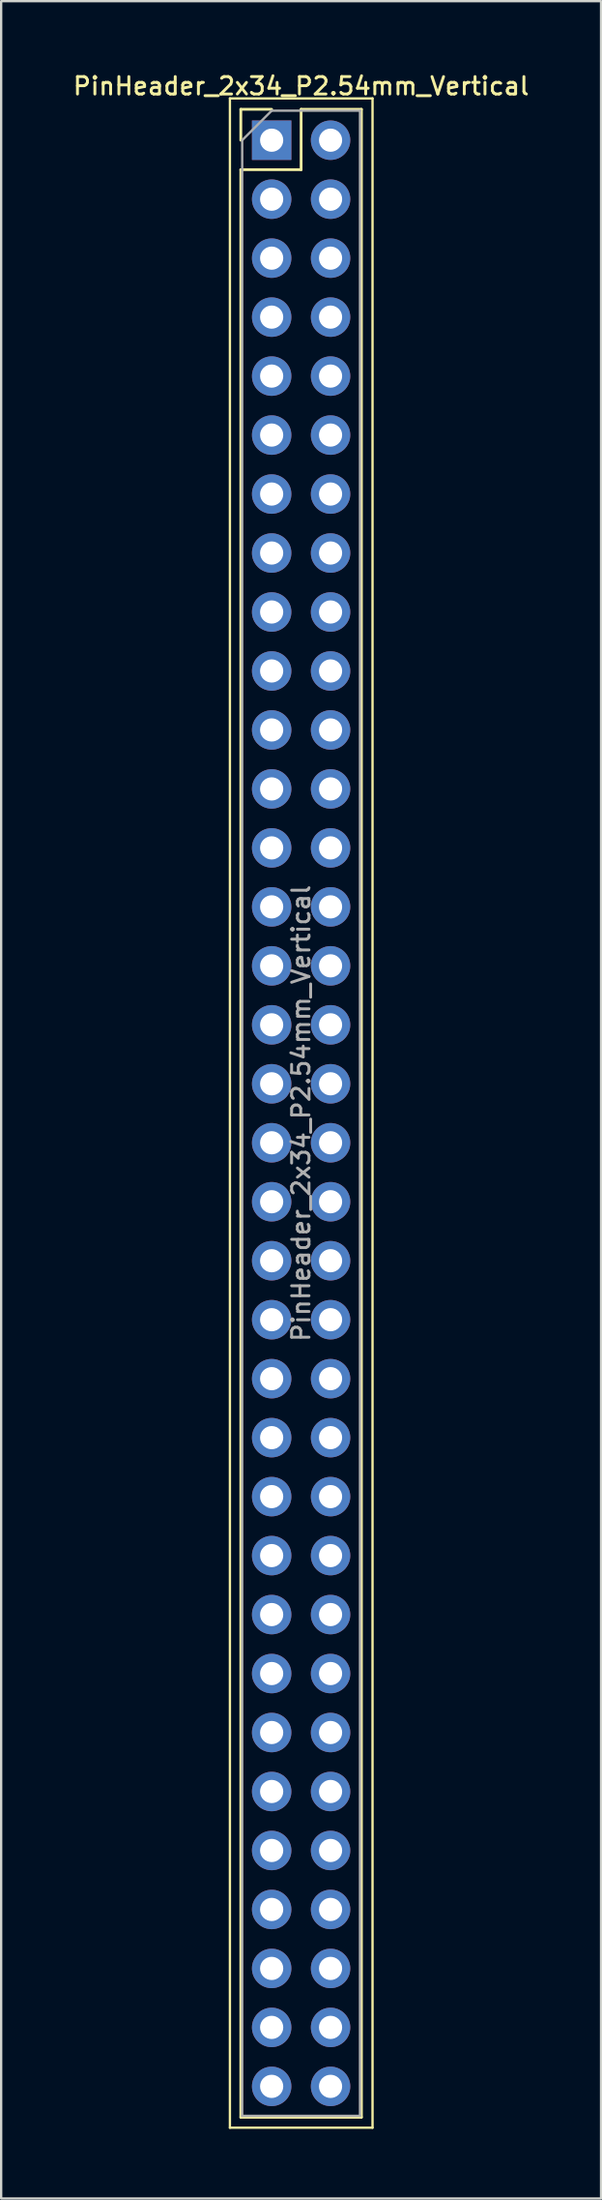
<source format=kicad_pcb>
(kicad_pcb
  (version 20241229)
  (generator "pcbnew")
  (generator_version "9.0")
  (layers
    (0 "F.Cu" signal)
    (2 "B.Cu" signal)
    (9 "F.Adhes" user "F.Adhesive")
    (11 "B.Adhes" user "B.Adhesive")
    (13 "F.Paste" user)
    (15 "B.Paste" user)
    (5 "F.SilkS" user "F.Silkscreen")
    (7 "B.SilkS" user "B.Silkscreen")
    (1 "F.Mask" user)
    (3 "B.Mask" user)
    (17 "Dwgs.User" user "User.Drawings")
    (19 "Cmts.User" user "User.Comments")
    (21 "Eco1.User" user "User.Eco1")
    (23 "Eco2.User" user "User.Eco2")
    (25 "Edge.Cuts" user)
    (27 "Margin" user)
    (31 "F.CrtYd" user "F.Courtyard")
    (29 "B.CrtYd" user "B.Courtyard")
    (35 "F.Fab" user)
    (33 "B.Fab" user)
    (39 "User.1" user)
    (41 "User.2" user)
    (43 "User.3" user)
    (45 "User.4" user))
  (footprint "PinHeader_2x34_P2.54mm_Vertical"
    (layer "F.Cu")
    (at 8.664 2.988)
    (property "Reference" "PinHeader_2x34_P2.54mm_Vertical" (at 1.27 -2.33 0) (layer "F.SilkS") (effects (font (size 0.75 0.75) (thickness 0.125))))
    (attr through_hole)
    (fp_line (start -1.8 -1.8) (end -1.8 85.6) (stroke (width 0.1) (type solid)) (layer "F.SilkS"))
    (fp_line (start -1.8 85.6) (end 4.35 85.6) (stroke (width 0.1) (type solid)) (layer "F.SilkS"))
    (fp_line (start -1.33 -1.33) (end 0 -1.33) (stroke (width 0.12) (type solid)) (layer "F.SilkS"))
    (fp_line (start -1.33 0) (end -1.33 -1.33) (stroke (width 0.12) (type solid)) (layer "F.SilkS"))
    (fp_line (start -1.33 1.27) (end -1.33 85.15) (stroke (width 0.12) (type solid)) (layer "F.SilkS"))
    (fp_line (start -1.33 1.27) (end 1.27 1.27) (stroke (width 0.12) (type solid)) (layer "F.SilkS"))
    (fp_line (start -1.33 85.15) (end 3.87 85.15) (stroke (width 0.12) (type solid)) (layer "F.SilkS"))
    (fp_line (start 1.27 -1.33) (end 3.87 -1.33) (stroke (width 0.12) (type solid)) (layer "F.SilkS"))
    (fp_line (start 1.27 1.27) (end 1.27 -1.33) (stroke (width 0.12) (type solid)) (layer "F.SilkS"))
    (fp_line (start 3.87 -1.33) (end 3.87 85.15) (stroke (width 0.12) (type solid)) (layer "F.SilkS"))
    (fp_line (start 4.35 -1.8) (end -1.8 -1.8) (stroke (width 0.1) (type solid)) (layer "F.SilkS"))
    (fp_line (start 4.35 85.6) (end 4.35 -1.8) (stroke (width 0.1) (type solid)) (layer "F.SilkS"))
    (fp_line (start -1.27 0) (end 0 -1.27) (stroke (width 0.1) (type solid)) (layer "F.Fab"))
    (fp_line (start -1.27 85.09) (end -1.27 0) (stroke (width 0.1) (type solid)) (layer "F.Fab"))
    (fp_line (start 0 -1.27) (end 3.81 -1.27) (stroke (width 0.1) (type solid)) (layer "F.Fab"))
    (fp_line (start 3.81 -1.27) (end 3.81 85.09) (stroke (width 0.1) (type solid)) (layer "F.Fab"))
    (fp_line (start 3.81 85.09) (end -1.27 85.09) (stroke (width 0.1) (type solid)) (layer "F.Fab"))
    (fp_text user "${REFERENCE}" (at 1.27 41.91 90) (layer "F.Fab") (effects (font (size 0.75 0.75) (thickness 0.125))))
    (pad "1" thru_hole rect (at 0 0) (size 1.7 1.7) (drill 1) (layers "*.Cu" "*.Mask"))
    (pad "2" thru_hole oval (at 2.54 0) (size 1.7 1.7) (drill 1) (layers "*.Cu" "*.Mask"))
    (pad "3" thru_hole oval (at 0 2.54) (size 1.7 1.7) (drill 1) (layers "*.Cu" "*.Mask"))
    (pad "4" thru_hole oval (at 2.54 2.54) (size 1.7 1.7) (drill 1) (layers "*.Cu" "*.Mask"))
    (pad "5" thru_hole oval (at 0 5.08) (size 1.7 1.7) (drill 1) (layers "*.Cu" "*.Mask"))
    (pad "6" thru_hole oval (at 2.54 5.08) (size 1.7 1.7) (drill 1) (layers "*.Cu" "*.Mask"))
    (pad "7" thru_hole oval (at 0 7.62) (size 1.7 1.7) (drill 1) (layers "*.Cu" "*.Mask"))
    (pad "8" thru_hole oval (at 2.54 7.62) (size 1.7 1.7) (drill 1) (layers "*.Cu" "*.Mask"))
    (pad "9" thru_hole oval (at 0 10.16) (size 1.7 1.7) (drill 1) (layers "*.Cu" "*.Mask"))
    (pad "10" thru_hole oval (at 2.54 10.16) (size 1.7 1.7) (drill 1) (layers "*.Cu" "*.Mask"))
    (pad "11" thru_hole oval (at 0 12.7) (size 1.7 1.7) (drill 1) (layers "*.Cu" "*.Mask"))
    (pad "12" thru_hole oval (at 2.54 12.7) (size 1.7 1.7) (drill 1) (layers "*.Cu" "*.Mask"))
    (pad "13" thru_hole oval (at 0 15.24) (size 1.7 1.7) (drill 1) (layers "*.Cu" "*.Mask"))
    (pad "14" thru_hole oval (at 2.54 15.24) (size 1.7 1.7) (drill 1) (layers "*.Cu" "*.Mask"))
    (pad "15" thru_hole oval (at 0 17.78) (size 1.7 1.7) (drill 1) (layers "*.Cu" "*.Mask"))
    (pad "16" thru_hole oval (at 2.54 17.78) (size 1.7 1.7) (drill 1) (layers "*.Cu" "*.Mask"))
    (pad "17" thru_hole oval (at 0 20.32) (size 1.7 1.7) (drill 1) (layers "*.Cu" "*.Mask"))
    (pad "18" thru_hole oval (at 2.54 20.32) (size 1.7 1.7) (drill 1) (layers "*.Cu" "*.Mask"))
    (pad "19" thru_hole oval (at 0 22.86) (size 1.7 1.7) (drill 1) (layers "*.Cu" "*.Mask"))
    (pad "20" thru_hole oval (at 2.54 22.86) (size 1.7 1.7) (drill 1) (layers "*.Cu" "*.Mask"))
    (pad "21" thru_hole oval (at 0 25.4) (size 1.7 1.7) (drill 1) (layers "*.Cu" "*.Mask"))
    (pad "22" thru_hole oval (at 2.54 25.4) (size 1.7 1.7) (drill 1) (layers "*.Cu" "*.Mask"))
    (pad "23" thru_hole oval (at 0 27.94) (size 1.7 1.7) (drill 1) (layers "*.Cu" "*.Mask"))
    (pad "24" thru_hole oval (at 2.54 27.94) (size 1.7 1.7) (drill 1) (layers "*.Cu" "*.Mask"))
    (pad "25" thru_hole oval (at 0 30.48) (size 1.7 1.7) (drill 1) (layers "*.Cu" "*.Mask"))
    (pad "26" thru_hole oval (at 2.54 30.48) (size 1.7 1.7) (drill 1) (layers "*.Cu" "*.Mask"))
    (pad "27" thru_hole oval (at 0 33.02) (size 1.7 1.7) (drill 1) (layers "*.Cu" "*.Mask"))
    (pad "28" thru_hole oval (at 2.54 33.02) (size 1.7 1.7) (drill 1) (layers "*.Cu" "*.Mask"))
    (pad "29" thru_hole oval (at 0 35.56) (size 1.7 1.7) (drill 1) (layers "*.Cu" "*.Mask"))
    (pad "30" thru_hole oval (at 2.54 35.56) (size 1.7 1.7) (drill 1) (layers "*.Cu" "*.Mask"))
    (pad "31" thru_hole oval (at 0 38.1) (size 1.7 1.7) (drill 1) (layers "*.Cu" "*.Mask"))
    (pad "32" thru_hole oval (at 2.54 38.1) (size 1.7 1.7) (drill 1) (layers "*.Cu" "*.Mask"))
    (pad "33" thru_hole oval (at 0 40.64) (size 1.7 1.7) (drill 1) (layers "*.Cu" "*.Mask"))
    (pad "34" thru_hole oval (at 2.54 40.64) (size 1.7 1.7) (drill 1) (layers "*.Cu" "*.Mask"))
    (pad "35" thru_hole oval (at 0 43.18) (size 1.7 1.7) (drill 1) (layers "*.Cu" "*.Mask"))
    (pad "36" thru_hole oval (at 2.54 43.18) (size 1.7 1.7) (drill 1) (layers "*.Cu" "*.Mask"))
    (pad "37" thru_hole oval (at 0 45.72) (size 1.7 1.7) (drill 1) (layers "*.Cu" "*.Mask"))
    (pad "38" thru_hole oval (at 2.54 45.72) (size 1.7 1.7) (drill 1) (layers "*.Cu" "*.Mask"))
    (pad "39" thru_hole oval (at 0 48.26) (size 1.7 1.7) (drill 1) (layers "*.Cu" "*.Mask"))
    (pad "40" thru_hole oval (at 2.54 48.26) (size 1.7 1.7) (drill 1) (layers "*.Cu" "*.Mask"))
    (pad "41" thru_hole oval (at 0 50.8) (size 1.7 1.7) (drill 1) (layers "*.Cu" "*.Mask"))
    (pad "42" thru_hole oval (at 2.54 50.8) (size 1.7 1.7) (drill 1) (layers "*.Cu" "*.Mask"))
    (pad "43" thru_hole oval (at 0 53.34) (size 1.7 1.7) (drill 1) (layers "*.Cu" "*.Mask"))
    (pad "44" thru_hole oval (at 2.54 53.34) (size 1.7 1.7) (drill 1) (layers "*.Cu" "*.Mask"))
    (pad "45" thru_hole oval (at 0 55.88) (size 1.7 1.7) (drill 1) (layers "*.Cu" "*.Mask"))
    (pad "46" thru_hole oval (at 2.54 55.88) (size 1.7 1.7) (drill 1) (layers "*.Cu" "*.Mask"))
    (pad "47" thru_hole oval (at 0 58.42) (size 1.7 1.7) (drill 1) (layers "*.Cu" "*.Mask"))
    (pad "48" thru_hole oval (at 2.54 58.42) (size 1.7 1.7) (drill 1) (layers "*.Cu" "*.Mask"))
    (pad "49" thru_hole oval (at 0 60.96) (size 1.7 1.7) (drill 1) (layers "*.Cu" "*.Mask"))
    (pad "50" thru_hole oval (at 2.54 60.96) (size 1.7 1.7) (drill 1) (layers "*.Cu" "*.Mask"))
    (pad "51" thru_hole oval (at 0 63.5) (size 1.7 1.7) (drill 1) (layers "*.Cu" "*.Mask"))
    (pad "52" thru_hole oval (at 2.54 63.5) (size 1.7 1.7) (drill 1) (layers "*.Cu" "*.Mask"))
    (pad "53" thru_hole oval (at 0 66.04) (size 1.7 1.7) (drill 1) (layers "*.Cu" "*.Mask"))
    (pad "54" thru_hole oval (at 2.54 66.04) (size 1.7 1.7) (drill 1) (layers "*.Cu" "*.Mask"))
    (pad "55" thru_hole oval (at 0 68.58) (size 1.7 1.7) (drill 1) (layers "*.Cu" "*.Mask"))
    (pad "56" thru_hole oval (at 2.54 68.58) (size 1.7 1.7) (drill 1) (layers "*.Cu" "*.Mask"))
    (pad "57" thru_hole oval (at 0 71.12) (size 1.7 1.7) (drill 1) (layers "*.Cu" "*.Mask"))
    (pad "58" thru_hole oval (at 2.54 71.12) (size 1.7 1.7) (drill 1) (layers "*.Cu" "*.Mask"))
    (pad "59" thru_hole oval (at 0 73.66) (size 1.7 1.7) (drill 1) (layers "*.Cu" "*.Mask"))
    (pad "60" thru_hole oval (at 2.54 73.66) (size 1.7 1.7) (drill 1) (layers "*.Cu" "*.Mask"))
    (pad "61" thru_hole oval (at 0 76.2) (size 1.7 1.7) (drill 1) (layers "*.Cu" "*.Mask"))
    (pad "62" thru_hole oval (at 2.54 76.2) (size 1.7 1.7) (drill 1) (layers "*.Cu" "*.Mask"))
    (pad "63" thru_hole oval (at 0 78.74) (size 1.7 1.7) (drill 1) (layers "*.Cu" "*.Mask"))
    (pad "64" thru_hole oval (at 2.54 78.74) (size 1.7 1.7) (drill 1) (layers "*.Cu" "*.Mask"))
    (pad "65" thru_hole oval (at 0 81.28) (size 1.7 1.7) (drill 1) (layers "*.Cu" "*.Mask"))
    (pad "66" thru_hole oval (at 2.54 81.28) (size 1.7 1.7) (drill 1) (layers "*.Cu" "*.Mask"))
    (pad "67" thru_hole oval (at 0 83.82) (size 1.7 1.7) (drill 1) (layers "*.Cu" "*.Mask"))
    (pad "68" thru_hole oval (at 2.54 83.82) (size 1.7 1.7) (drill 1) (layers "*.Cu" "*.Mask")))
  (gr_rect
    (start -3 -3)
    (end 22.868 91.638)
    (stroke (width 0.1) (type default))
    (fill no)
    (layer "Edge.Cuts")))
</source>
